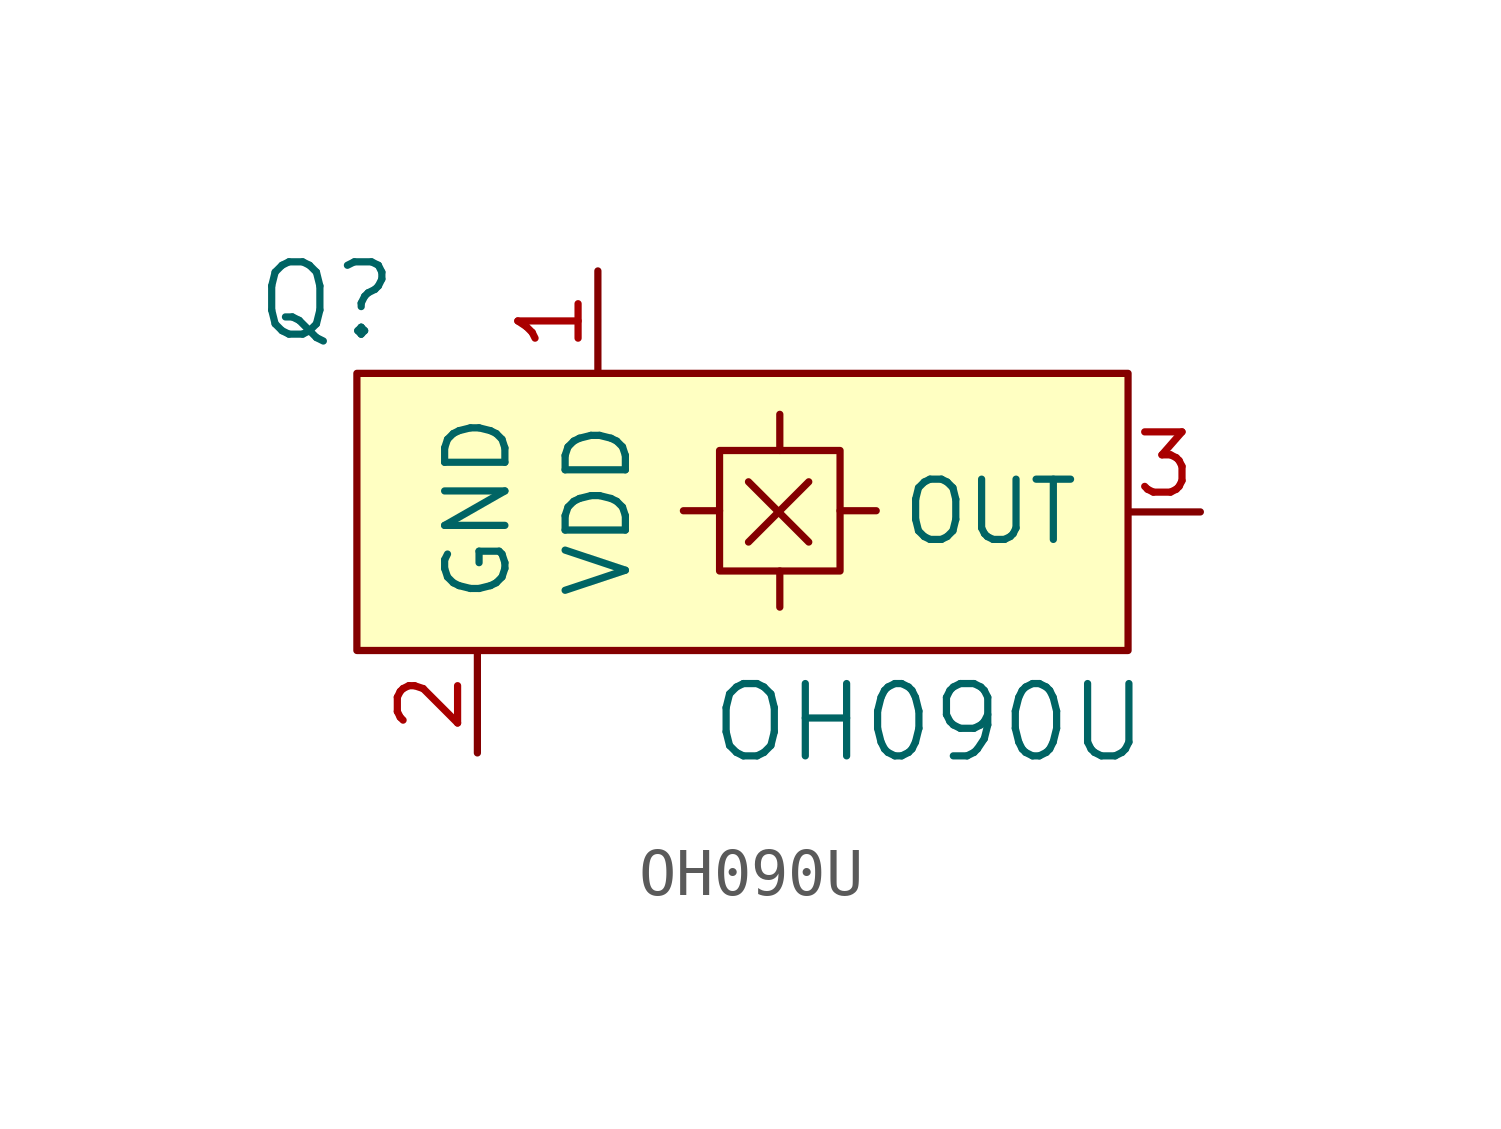
<source format=kicad_sym>
(kicad_symbol_lib
  (version 20231120)
  (generator "kicad_symbol_editor")
  (generator_version "8.0")
  (symbol "OH090U"
    (pin_names
      (offset 1.016))
    (property "Reference" "Q"
      (at -8.255 4.445 0)
      (effects (font (size 1.524 1.524))))
    (property "Value" "OH090U"
      (at 4.445 -4.445 0)
      (effects (font (size 1.524 1.524))))
    (symbol "OH090U_0_1"
      (polyline (pts (xy 0.025 0.025) (xy -0.737 0.025)) (stroke (width 0) (type solid)) (fill (type none)))
      (polyline (pts (xy 0.635 -0.635) (xy 1.905 0.635)) (stroke (width 0) (type solid)) (fill (type none)))
      (polyline (pts (xy 0.635 0.635) (xy 1.905 -0.635)) (stroke (width 0) (type solid)) (fill (type none)))
      (polyline (pts (xy 1.295 -1.245) (xy 1.295 -2.007)) (stroke (width 0) (type solid)) (fill (type none)))
      (polyline (pts (xy 1.295 1.295) (xy 1.295 2.057)) (stroke (width 0) (type solid)) (fill (type none)))
      (polyline (pts (xy 2.565 0.025) (xy 3.327 0.025)) (stroke (width 0) (type solid)) (fill (type none)))
      (rectangle (start 0.025 1.295) (end 2.565 -1.245) (stroke (width 0) (type solid)) (fill (type none)))
      (rectangle (start 8.636 2.921) (end -7.62 -2.921) (stroke (width 0) (type solid)) (fill (type background))))
    (symbol "OH090U_1_1"
      (pin power_in line (at -2.54 5.08 270) (length 2.108) (name "VDD" (effects (font (size 1.27 1.27)))) (number "1" (effects (font (size 1.27 1.27)))))
      (pin power_in line (at -5.08 -5.08 90) (length 2.108) (name "GND" (effects (font (size 1.27 1.27)))) (number "2" (effects (font (size 1.27 1.27)))))
      (pin output line (at 10.16 0 180) (length 1.499) (name "OUT" (effects (font (size 1.27 1.27)))) (number "3" (effects (font (size 1.27 1.27))))))))
</source>
